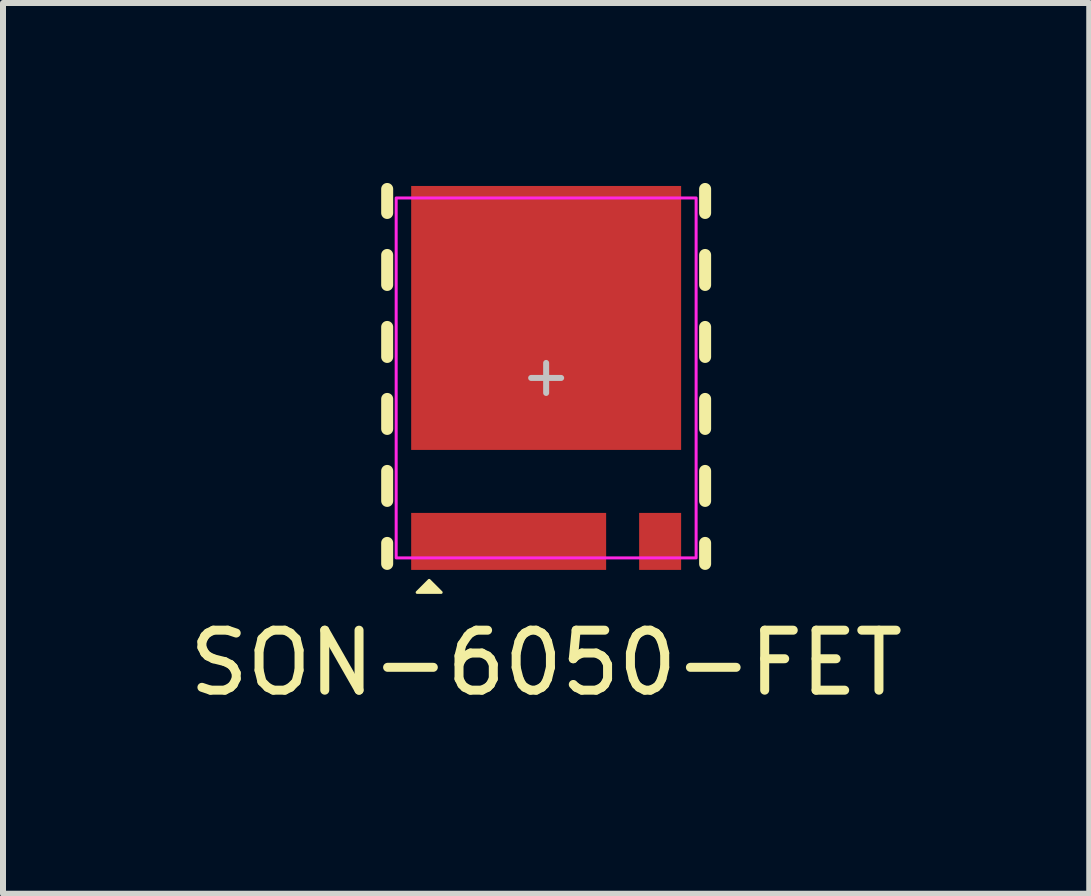
<source format=kicad_pcb>
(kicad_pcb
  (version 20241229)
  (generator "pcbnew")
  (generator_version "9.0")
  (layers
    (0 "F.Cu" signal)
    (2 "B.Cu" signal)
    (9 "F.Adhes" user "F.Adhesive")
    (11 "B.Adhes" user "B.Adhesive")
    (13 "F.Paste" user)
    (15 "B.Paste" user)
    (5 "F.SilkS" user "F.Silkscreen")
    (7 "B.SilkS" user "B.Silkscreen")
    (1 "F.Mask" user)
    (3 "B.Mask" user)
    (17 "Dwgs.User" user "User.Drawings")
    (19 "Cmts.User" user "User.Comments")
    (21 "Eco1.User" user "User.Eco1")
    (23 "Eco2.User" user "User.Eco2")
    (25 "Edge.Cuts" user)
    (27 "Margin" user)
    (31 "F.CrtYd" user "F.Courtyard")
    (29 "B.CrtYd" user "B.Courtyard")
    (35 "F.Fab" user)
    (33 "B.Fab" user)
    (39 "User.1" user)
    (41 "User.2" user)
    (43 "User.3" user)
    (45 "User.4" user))
  (footprint "SON-6050-FET"
    (layer "F.Cu")
    (at 6.054 3.25)
    (property "Reference" "SON-6050-FET" (at 0 4.75 0) (unlocked yes) (layer "F.SilkS") (effects (font (size 1 1) (thickness 0.15))))
    (attr smd)
    (fp_rect (start -2.25 2.25) (end -1.6 3.2) (stroke (width 0.1) (type solid)) (fill yes) (layer "F.Mask"))
    (fp_rect (start -0.95 2.25) (end -0.3 3.2) (stroke (width 0.1) (type solid)) (fill yes) (layer "F.Mask"))
    (fp_rect (start 0.35 2.25) (end 1 3.2) (stroke (width 0.1) (type solid)) (fill yes) (layer "F.Mask"))
    (fp_poly (pts (xy -1.6 -2.525) (xy -0.875 -2.525) (xy -0.875 -3.2) (xy -0.375 -3.2) (xy -0.375 -2.525) (xy 0.375 -2.525) (xy 0.375 -3.2) (xy 0.825 -3.2) (xy 0.825 -2.525) (xy 1.55 -2.525) (xy 1.55 -3.2) (xy 2.25 -3.2) (xy 2.25 1.2) (xy -2.25 1.2) (xy -2.25 -3.2) (xy -1.6 -3.2)) (stroke (width 0.1) (type solid)) (fill yes) (layer "F.Mask"))
    (fp_line (start -2.65 -3.15) (end -2.65 -2.75) (stroke (width 0.2) (type solid)) (layer "F.SilkS"))
    (fp_line (start -2.65 -2.05) (end -2.65 -1.55) (stroke (width 0.2) (type solid)) (layer "F.SilkS"))
    (fp_line (start -2.65 -0.85) (end -2.65 -0.35) (stroke (width 0.2) (type solid)) (layer "F.SilkS"))
    (fp_line (start -2.65 0.35) (end -2.65 0.85) (stroke (width 0.2) (type solid)) (layer "F.SilkS"))
    (fp_line (start -2.65 1.55) (end -2.65 2.05) (stroke (width 0.2) (type solid)) (layer "F.SilkS"))
    (fp_line (start -2.65 2.75) (end -2.65 3.1) (stroke (width 0.2) (type solid)) (layer "F.SilkS"))
    (fp_line (start 2.65 -3.15) (end 2.65 -2.75) (stroke (width 0.2) (type solid)) (layer "F.SilkS"))
    (fp_line (start 2.65 -2.05) (end 2.65 -1.55) (stroke (width 0.2) (type solid)) (layer "F.SilkS"))
    (fp_line (start 2.65 -0.85) (end 2.65 -0.35) (stroke (width 0.2) (type solid)) (layer "F.SilkS"))
    (fp_line (start 2.65 0.35) (end 2.65 0.85) (stroke (width 0.2) (type solid)) (layer "F.SilkS"))
    (fp_line (start 2.65 1.55) (end 2.65 2.05) (stroke (width 0.2) (type solid)) (layer "F.SilkS"))
    (fp_line (start 2.65 2.75) (end 2.65 3.1) (stroke (width 0.2) (type solid)) (layer "F.SilkS"))
    (fp_poly (pts (xy -2.15 3.575) (xy -1.95 3.375) (xy -1.75 3.575)) (stroke (width 0.05) (type solid)) (fill yes) (layer "F.SilkS"))
    (fp_rect (start -2.2 2.3) (end -1.625 3.15) (stroke (width 0) (type solid)) (fill yes) (layer "F.Paste"))
    (fp_rect (start -2.15 -3.1) (end -1.65 -2.5) (stroke (width 0) (type solid)) (fill yes) (layer "F.Paste"))
    (fp_rect (start -2.05 -2.3) (end -1.25 -0.8) (stroke (width 0) (type solid)) (fill yes) (layer "F.Paste"))
    (fp_rect (start -2.05 -0.5) (end -1.25 1) (stroke (width 0) (type solid)) (fill yes) (layer "F.Paste"))
    (fp_rect (start -0.95 -2.3) (end -0.15 -0.8) (stroke (width 0) (type solid)) (fill yes) (layer "F.Paste"))
    (fp_rect (start -0.95 -0.5) (end -0.15 1) (stroke (width 0) (type solid)) (fill yes) (layer "F.Paste"))
    (fp_rect (start -0.925 2.3) (end -0.325 3.15) (stroke (width 0) (type solid)) (fill yes) (layer "F.Paste"))
    (fp_rect (start -0.825 -3.1) (end -0.425 -2.5) (stroke (width 0) (type solid)) (fill yes) (layer "F.Paste"))
    (fp_rect (start 0.15 -2.3) (end 0.95 -0.8) (stroke (width 0) (type solid)) (fill yes) (layer "F.Paste"))
    (fp_rect (start 0.15 -0.5) (end 0.95 1) (stroke (width 0) (type solid)) (fill yes) (layer "F.Paste"))
    (fp_rect (start 0.375 2.3) (end 0.95 3.15) (stroke (width 0) (type solid)) (fill yes) (layer "F.Paste"))
    (fp_rect (start 0.425 -3.1) (end 0.775 -2.5) (stroke (width 0) (type solid)) (fill yes) (layer "F.Paste"))
    (fp_rect (start 1.25 -2.3) (end 2.05 -0.8) (stroke (width 0) (type solid)) (fill yes) (layer "F.Paste"))
    (fp_rect (start 1.25 -0.5) (end 2.05 1) (stroke (width 0) (type solid)) (fill yes) (layer "F.Paste"))
    (fp_rect (start 1.6 -3.1) (end 2.15 -2.5) (stroke (width 0) (type solid)) (fill yes) (layer "F.Paste"))
    (fp_line (start -0.25 0) (end 0.25 0) (stroke (width 0.1) (type solid)) (layer "Dwgs.User"))
    (fp_line (start 0 -0.25) (end 0 0.25) (stroke (width 0.1) (type solid)) (layer "Dwgs.User"))
    (fp_rect (start -2.5 -3) (end 2.5 3) (stroke (width 0.05) (type solid)) (fill no) (layer "F.CrtYd"))
    (pad "D" smd rect (at 0 -1) (size 4.5 4.4) (layers "F.Cu"))
    (pad "G" smd rect (at 1.9 2.725) (size 0.7 0.95) (layers "F.Cu" "F.Mask" "F.Paste"))
    (pad "S" smd rect (at -0.625 2.725) (size 3.25 0.95) (layers "F.Cu")))
  (gr_rect
    (start -3 -3)
    (end 15.107 11.848)
    (stroke (width 0.1) (type default))
    (fill no)
    (layer "Edge.Cuts")))
</source>
